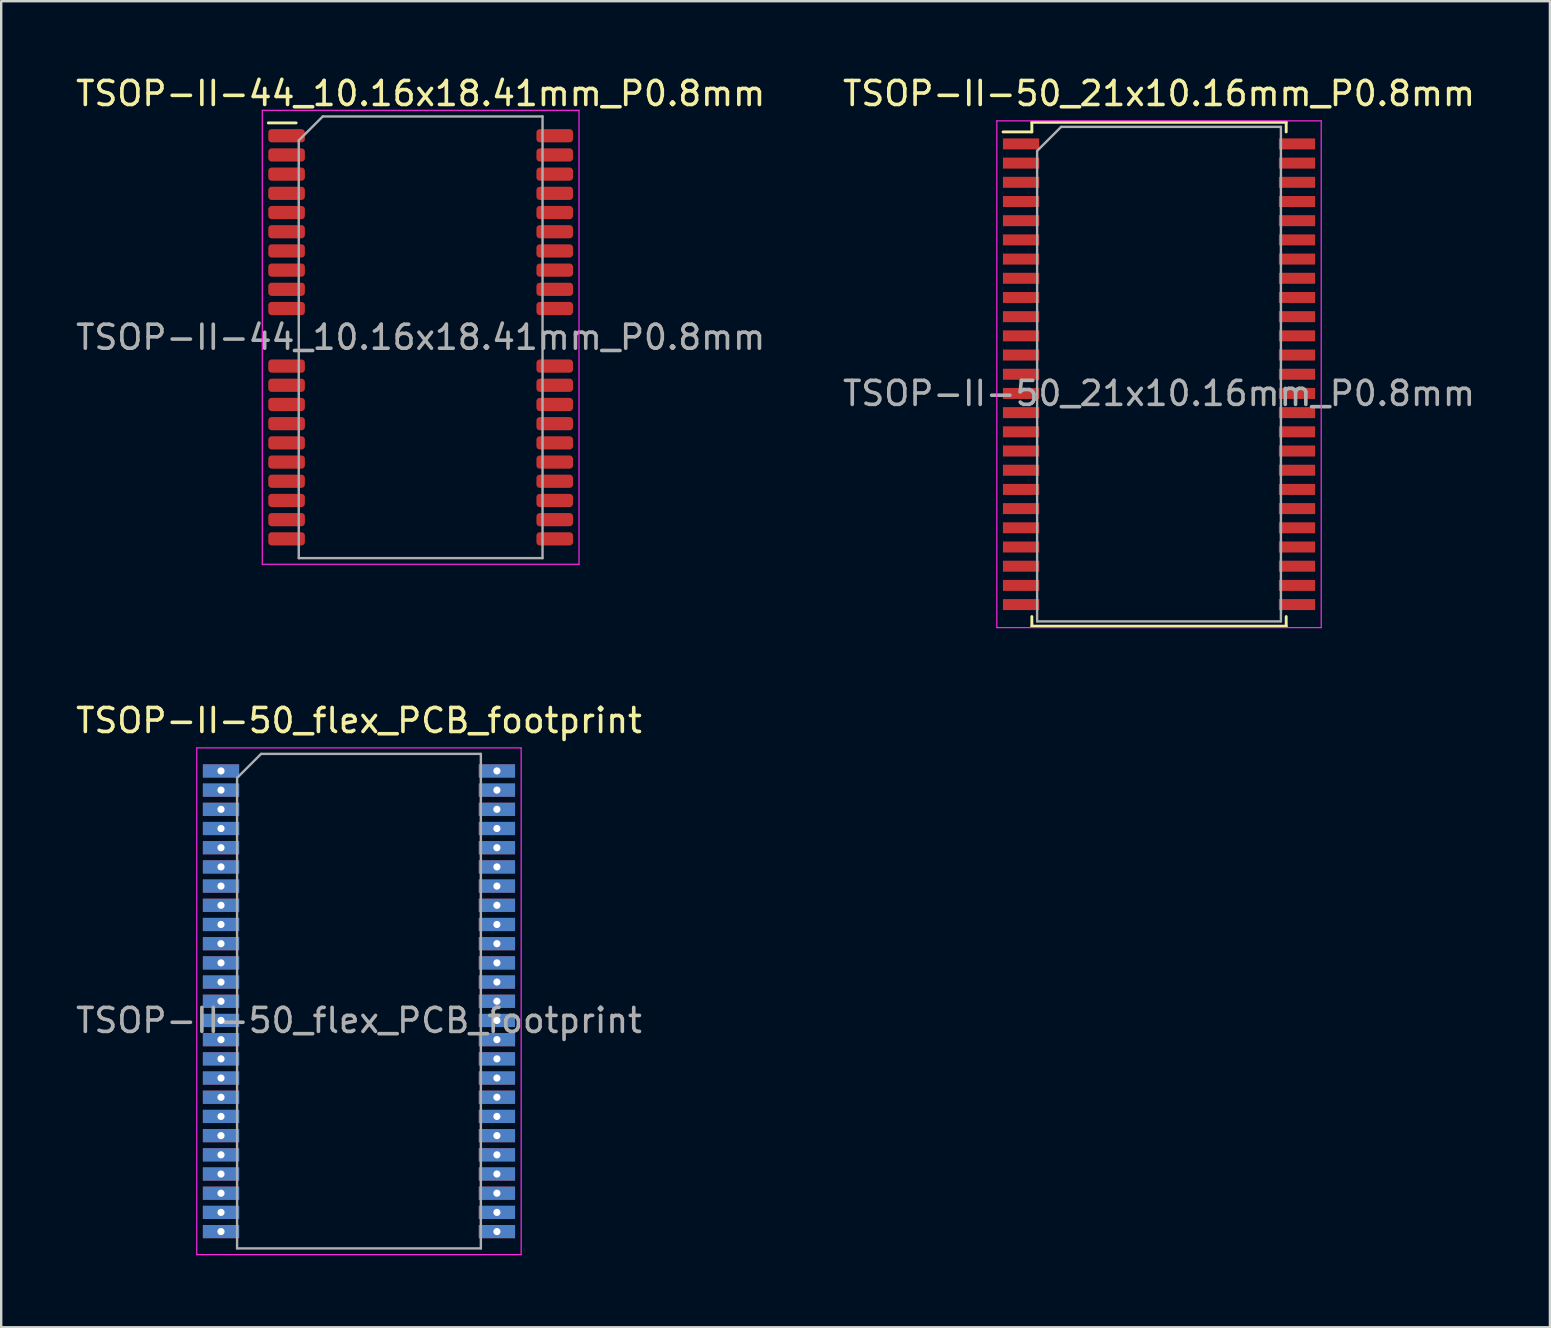
<source format=kicad_pcb>
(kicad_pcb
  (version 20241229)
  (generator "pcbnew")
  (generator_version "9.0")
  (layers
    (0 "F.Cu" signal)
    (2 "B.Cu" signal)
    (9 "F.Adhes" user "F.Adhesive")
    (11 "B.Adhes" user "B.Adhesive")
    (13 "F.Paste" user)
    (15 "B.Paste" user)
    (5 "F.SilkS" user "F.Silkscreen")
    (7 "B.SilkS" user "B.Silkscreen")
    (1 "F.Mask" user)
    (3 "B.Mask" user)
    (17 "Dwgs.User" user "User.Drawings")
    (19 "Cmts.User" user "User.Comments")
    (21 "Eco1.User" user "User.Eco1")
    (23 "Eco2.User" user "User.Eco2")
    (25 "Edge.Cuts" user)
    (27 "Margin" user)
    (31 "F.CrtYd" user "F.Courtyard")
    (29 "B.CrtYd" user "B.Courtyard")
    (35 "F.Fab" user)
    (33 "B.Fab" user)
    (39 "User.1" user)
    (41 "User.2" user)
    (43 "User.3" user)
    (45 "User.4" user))
  (footprint "TSOP-II-44_10.16x18.41mm_P0.8mm"
    (layer "F.Cu")
    (at 14.482 11.008)
    (property "Reference" "TSOP-II-44_10.16x18.41mm_P0.8mm" (at 0 -10.16 0) (layer "F.SilkS") (effects (font (size 1 1) (thickness 0.15))))
    (attr smd)
    (fp_line (start -5.19 -8.935) (end -6.35 -8.935) (stroke (width 0.12) (type solid)) (layer "F.SilkS"))
    (fp_line (start -6.6 -9.46) (end -6.6 9.46) (stroke (width 0.05) (type solid)) (layer "F.CrtYd"))
    (fp_line (start -6.6 9.46) (end 6.6 9.46) (stroke (width 0.05) (type solid)) (layer "F.CrtYd"))
    (fp_line (start 6.6 -9.46) (end -6.6 -9.46) (stroke (width 0.05) (type solid)) (layer "F.CrtYd"))
    (fp_line (start 6.6 9.46) (end 6.6 -9.46) (stroke (width 0.05) (type solid)) (layer "F.CrtYd"))
    (fp_line (start -5.08 -8.205) (end -4.08 -9.205) (stroke (width 0.1) (type solid)) (layer "F.Fab"))
    (fp_line (start -5.08 9.205) (end -5.08 -8.205) (stroke (width 0.1) (type solid)) (layer "F.Fab"))
    (fp_line (start -4.08 -9.205) (end 5.08 -9.205) (stroke (width 0.1) (type solid)) (layer "F.Fab"))
    (fp_line (start 5.08 -9.205) (end 5.08 9.205) (stroke (width 0.1) (type solid)) (layer "F.Fab"))
    (fp_line (start 5.08 9.205) (end -5.08 9.205) (stroke (width 0.1) (type solid)) (layer "F.Fab"))
    (fp_text user "${REFERENCE}" (at 0 0 0) (layer "F.Fab") (effects (font (size 1 1) (thickness 0.15))))
    (pad "1" smd roundrect (at -5.588 -8.4) (size 1.525 0.55) (layers "F.Cu" "F.Mask" "F.Paste") (roundrect_rratio 0.25))
    (pad "2" smd roundrect (at -5.588 -7.6) (size 1.525 0.55) (layers "F.Cu" "F.Mask" "F.Paste") (roundrect_rratio 0.25))
    (pad "3" smd roundrect (at -5.588 -6.8) (size 1.525 0.55) (layers "F.Cu" "F.Mask" "F.Paste") (roundrect_rratio 0.25))
    (pad "4" smd roundrect (at -5.588 -6) (size 1.525 0.55) (layers "F.Cu" "F.Mask" "F.Paste") (roundrect_rratio 0.25))
    (pad "5" smd roundrect (at -5.588 -5.2) (size 1.525 0.55) (layers "F.Cu" "F.Mask" "F.Paste") (roundrect_rratio 0.25))
    (pad "6" smd roundrect (at -5.588 -4.4) (size 1.525 0.55) (layers "F.Cu" "F.Mask" "F.Paste") (roundrect_rratio 0.25))
    (pad "7" smd roundrect (at -5.588 -3.6) (size 1.525 0.55) (layers "F.Cu" "F.Mask" "F.Paste") (roundrect_rratio 0.25))
    (pad "8" smd roundrect (at -5.588 -2.8) (size 1.525 0.55) (layers "F.Cu" "F.Mask" "F.Paste") (roundrect_rratio 0.25))
    (pad "9" smd roundrect (at -5.588 -2) (size 1.525 0.55) (layers "F.Cu" "F.Mask" "F.Paste") (roundrect_rratio 0.25))
    (pad "10" smd roundrect (at -5.588 -1.2) (size 1.525 0.55) (layers "F.Cu" "F.Mask" "F.Paste") (roundrect_rratio 0.25))
    (pad "13" smd roundrect (at -5.588 1.2) (size 1.525 0.55) (layers "F.Cu" "F.Mask" "F.Paste") (roundrect_rratio 0.25))
    (pad "14" smd roundrect (at -5.588 2) (size 1.525 0.55) (layers "F.Cu" "F.Mask" "F.Paste") (roundrect_rratio 0.25))
    (pad "15" smd roundrect (at -5.588 2.8) (size 1.525 0.55) (layers "F.Cu" "F.Mask" "F.Paste") (roundrect_rratio 0.25))
    (pad "16" smd roundrect (at -5.588 3.6) (size 1.525 0.55) (layers "F.Cu" "F.Mask" "F.Paste") (roundrect_rratio 0.25))
    (pad "17" smd roundrect (at -5.588 4.4) (size 1.525 0.55) (layers "F.Cu" "F.Mask" "F.Paste") (roundrect_rratio 0.25))
    (pad "18" smd roundrect (at -5.588 5.2) (size 1.525 0.55) (layers "F.Cu" "F.Mask" "F.Paste") (roundrect_rratio 0.25))
    (pad "19" smd roundrect (at -5.588 6) (size 1.525 0.55) (layers "F.Cu" "F.Mask" "F.Paste") (roundrect_rratio 0.25))
    (pad "20" smd roundrect (at -5.588 6.8) (size 1.525 0.55) (layers "F.Cu" "F.Mask" "F.Paste") (roundrect_rratio 0.25))
    (pad "21" smd roundrect (at -5.588 7.6) (size 1.525 0.55) (layers "F.Cu" "F.Mask" "F.Paste") (roundrect_rratio 0.25))
    (pad "22" smd roundrect (at -5.588 8.4) (size 1.525 0.55) (layers "F.Cu" "F.Mask" "F.Paste") (roundrect_rratio 0.25))
    (pad "23" smd roundrect (at 5.588 8.4) (size 1.525 0.55) (layers "F.Cu" "F.Mask" "F.Paste") (roundrect_rratio 0.25))
    (pad "24" smd roundrect (at 5.588 7.6) (size 1.525 0.55) (layers "F.Cu" "F.Mask" "F.Paste") (roundrect_rratio 0.25))
    (pad "25" smd roundrect (at 5.588 6.8) (size 1.525 0.55) (layers "F.Cu" "F.Mask" "F.Paste") (roundrect_rratio 0.25))
    (pad "26" smd roundrect (at 5.588 6) (size 1.525 0.55) (layers "F.Cu" "F.Mask" "F.Paste") (roundrect_rratio 0.25))
    (pad "27" smd roundrect (at 5.588 5.2) (size 1.525 0.55) (layers "F.Cu" "F.Mask" "F.Paste") (roundrect_rratio 0.25))
    (pad "28" smd roundrect (at 5.588 4.4) (size 1.525 0.55) (layers "F.Cu" "F.Mask" "F.Paste") (roundrect_rratio 0.25))
    (pad "29" smd roundrect (at 5.588 3.6) (size 1.525 0.55) (layers "F.Cu" "F.Mask" "F.Paste") (roundrect_rratio 0.25))
    (pad "30" smd roundrect (at 5.588 2.8) (size 1.525 0.55) (layers "F.Cu" "F.Mask" "F.Paste") (roundrect_rratio 0.25))
    (pad "31" smd roundrect (at 5.588 2) (size 1.525 0.55) (layers "F.Cu" "F.Mask" "F.Paste") (roundrect_rratio 0.25))
    (pad "32" smd roundrect (at 5.588 1.2) (size 1.525 0.55) (layers "F.Cu" "F.Mask" "F.Paste") (roundrect_rratio 0.25))
    (pad "35" smd roundrect (at 5.588 -1.2) (size 1.525 0.55) (layers "F.Cu" "F.Mask" "F.Paste") (roundrect_rratio 0.25))
    (pad "36" smd roundrect (at 5.588 -2) (size 1.525 0.55) (layers "F.Cu" "F.Mask" "F.Paste") (roundrect_rratio 0.25))
    (pad "37" smd roundrect (at 5.588 -2.8) (size 1.525 0.55) (layers "F.Cu" "F.Mask" "F.Paste") (roundrect_rratio 0.25))
    (pad "38" smd roundrect (at 5.588 -3.6) (size 1.525 0.55) (layers "F.Cu" "F.Mask" "F.Paste") (roundrect_rratio 0.25))
    (pad "39" smd roundrect (at 5.588 -4.4) (size 1.525 0.55) (layers "F.Cu" "F.Mask" "F.Paste") (roundrect_rratio 0.25))
    (pad "40" smd roundrect (at 5.588 -5.2) (size 1.525 0.55) (layers "F.Cu" "F.Mask" "F.Paste") (roundrect_rratio 0.25))
    (pad "41" smd roundrect (at 5.588 -6) (size 1.525 0.55) (layers "F.Cu" "F.Mask" "F.Paste") (roundrect_rratio 0.25))
    (pad "42" smd roundrect (at 5.588 -6.8) (size 1.525 0.55) (layers "F.Cu" "F.Mask" "F.Paste") (roundrect_rratio 0.25))
    (pad "43" smd roundrect (at 5.588 -7.6) (size 1.525 0.55) (layers "F.Cu" "F.Mask" "F.Paste") (roundrect_rratio 0.25))
    (pad "44" smd roundrect (at 5.588 -8.4) (size 1.525 0.55) (layers "F.Cu" "F.Mask" "F.Paste") (roundrect_rratio 0.25)))
  (footprint "TSOP-II-50_21x10.16mm_P0.8mm"
    (layer "F.Cu")
    (at 45.256 13.348)
    (property "Reference" "TSOP-II-50_21x10.16mm_P0.8mm" (at 0 -12.5 0) (layer "F.SilkS") (effects (font (size 1 1) (thickness 0.15))))
    (attr smd)
    (fp_line (start -6.5 -10.9) (end -5.3 -10.9) (stroke (width 0.12) (type solid)) (layer "F.SilkS"))
    (fp_line (start -5.3 -11.3) (end 5.3 -11.3) (stroke (width 0.12) (type solid)) (layer "F.SilkS"))
    (fp_line (start -5.3 -10.9) (end -5.3 -11.3) (stroke (width 0.12) (type solid)) (layer "F.SilkS"))
    (fp_line (start -5.3 9.3) (end -5.3 9.7) (stroke (width 0.12) (type solid)) (layer "F.SilkS"))
    (fp_line (start -5.3 9.7) (end 5.3 9.7) (stroke (width 0.12) (type solid)) (layer "F.SilkS"))
    (fp_line (start 5.3 -11.3) (end 5.3 -10.9) (stroke (width 0.12) (type solid)) (layer "F.SilkS"))
    (fp_line (start 5.3 9.3) (end 5.3 9.7) (stroke (width 0.12) (type solid)) (layer "F.SilkS"))
    (fp_line (start -6.76 -11.36) (end -6.76 9.76) (stroke (width 0.05) (type solid)) (layer "F.CrtYd"))
    (fp_line (start -6.76 -11.36) (end 6.76 -11.36) (stroke (width 0.05) (type solid)) (layer "F.CrtYd"))
    (fp_line (start 6.76 -11.36) (end 6.76 9.76) (stroke (width 0.05) (type solid)) (layer "F.CrtYd"))
    (fp_line (start 6.76 9.76) (end -6.76 9.76) (stroke (width 0.05) (type solid)) (layer "F.CrtYd"))
    (fp_line (start -5.08 9.5) (end -5.08 -10.11) (stroke (width 0.1) (type solid)) (layer "F.Fab"))
    (fp_line (start -4.08 -11.11) (end -5.08 -10.11) (stroke (width 0.1) (type solid)) (layer "F.Fab"))
    (fp_line (start -4.08 -11.11) (end 5.08 -11.11) (stroke (width 0.1) (type solid)) (layer "F.Fab"))
    (fp_line (start 5.08 -11.11) (end 5.08 9.5) (stroke (width 0.1) (type solid)) (layer "F.Fab"))
    (fp_line (start 5.08 9.5) (end -5.08 9.5) (stroke (width 0.1) (type solid)) (layer "F.Fab"))
    (fp_text user "${REFERENCE}" (at 0 0 0) (layer "F.Fab") (effects (font (size 1 1) (thickness 0.15))))
    (pad "1" smd rect (at -5.75 -10.4) (size 1.51 0.458) (layers "F.Cu" "F.Mask" "F.Paste"))
    (pad "2" smd rect (at -5.75 -9.6) (size 1.51 0.458) (layers "F.Cu" "F.Mask" "F.Paste"))
    (pad "3" smd rect (at -5.75 -8.8) (size 1.51 0.458) (layers "F.Cu" "F.Mask" "F.Paste"))
    (pad "4" smd rect (at -5.75 -8) (size 1.51 0.458) (layers "F.Cu" "F.Mask" "F.Paste"))
    (pad "5" smd rect (at -5.75 -7.2) (size 1.51 0.458) (layers "F.Cu" "F.Mask" "F.Paste"))
    (pad "6" smd rect (at -5.75 -6.4) (size 1.51 0.458) (layers "F.Cu" "F.Mask" "F.Paste"))
    (pad "7" smd rect (at -5.75 -5.6) (size 1.51 0.458) (layers "F.Cu" "F.Mask" "F.Paste"))
    (pad "8" smd rect (at -5.75 -4.8) (size 1.51 0.458) (layers "F.Cu" "F.Mask" "F.Paste"))
    (pad "9" smd rect (at -5.75 -4) (size 1.51 0.458) (layers "F.Cu" "F.Mask" "F.Paste"))
    (pad "10" smd rect (at -5.75 -3.2) (size 1.51 0.458) (layers "F.Cu" "F.Mask" "F.Paste"))
    (pad "11" smd rect (at -5.75 -2.4) (size 1.51 0.458) (layers "F.Cu" "F.Mask" "F.Paste"))
    (pad "12" smd rect (at -5.75 -1.6) (size 1.51 0.458) (layers "F.Cu" "F.Mask" "F.Paste"))
    (pad "13" smd rect (at -5.75 -0.8) (size 1.51 0.458) (layers "F.Cu" "F.Mask" "F.Paste"))
    (pad "14" smd rect (at -5.75 0) (size 1.51 0.458) (layers "F.Cu" "F.Mask" "F.Paste"))
    (pad "15" smd rect (at -5.75 0.8) (size 1.51 0.458) (layers "F.Cu" "F.Mask" "F.Paste"))
    (pad "16" smd rect (at -5.75 1.6) (size 1.51 0.458) (layers "F.Cu" "F.Mask" "F.Paste"))
    (pad "17" smd rect (at -5.75 2.4) (size 1.51 0.458) (layers "F.Cu" "F.Mask" "F.Paste"))
    (pad "18" smd rect (at -5.75 3.2) (size 1.51 0.458) (layers "F.Cu" "F.Mask" "F.Paste"))
    (pad "19" smd rect (at -5.75 4) (size 1.51 0.458) (layers "F.Cu" "F.Mask" "F.Paste"))
    (pad "20" smd rect (at -5.75 4.8) (size 1.51 0.458) (layers "F.Cu" "F.Mask" "F.Paste"))
    (pad "21" smd rect (at -5.75 5.6) (size 1.51 0.458) (layers "F.Cu" "F.Mask" "F.Paste"))
    (pad "22" smd rect (at -5.75 6.4) (size 1.51 0.458) (layers "F.Cu" "F.Mask" "F.Paste"))
    (pad "23" smd rect (at -5.75 7.2) (size 1.51 0.458) (layers "F.Cu" "F.Mask" "F.Paste"))
    (pad "24" smd rect (at -5.75 8) (size 1.51 0.458) (layers "F.Cu" "F.Mask" "F.Paste"))
    (pad "25" smd rect (at -5.75 8.8) (size 1.51 0.458) (layers "F.Cu" "F.Mask" "F.Paste"))
    (pad "26" smd rect (at 5.75 8.8) (size 1.51 0.458) (layers "F.Cu" "F.Mask" "F.Paste"))
    (pad "27" smd rect (at 5.75 8) (size 1.51 0.458) (layers "F.Cu" "F.Mask" "F.Paste"))
    (pad "28" smd rect (at 5.75 7.2) (size 1.51 0.458) (layers "F.Cu" "F.Mask" "F.Paste"))
    (pad "29" smd rect (at 5.75 6.4) (size 1.51 0.458) (layers "F.Cu" "F.Mask" "F.Paste"))
    (pad "30" smd rect (at 5.75 5.6) (size 1.51 0.458) (layers "F.Cu" "F.Mask" "F.Paste"))
    (pad "31" smd rect (at 5.75 4.8) (size 1.51 0.458) (layers "F.Cu" "F.Mask" "F.Paste"))
    (pad "32" smd rect (at 5.75 4) (size 1.51 0.458) (layers "F.Cu" "F.Mask" "F.Paste"))
    (pad "33" smd rect (at 5.75 3.2) (size 1.51 0.458) (layers "F.Cu" "F.Mask" "F.Paste"))
    (pad "34" smd rect (at 5.75 2.4) (size 1.51 0.458) (layers "F.Cu" "F.Mask" "F.Paste"))
    (pad "35" smd rect (at 5.75 1.6) (size 1.51 0.458) (layers "F.Cu" "F.Mask" "F.Paste"))
    (pad "36" smd rect (at 5.75 0.8) (size 1.51 0.458) (layers "F.Cu" "F.Mask" "F.Paste"))
    (pad "37" smd rect (at 5.75 0) (size 1.51 0.458) (layers "F.Cu" "F.Mask" "F.Paste"))
    (pad "38" smd rect (at 5.75 -0.8) (size 1.51 0.458) (layers "F.Cu" "F.Mask" "F.Paste"))
    (pad "39" smd rect (at 5.75 -1.6) (size 1.51 0.458) (layers "F.Cu" "F.Mask" "F.Paste"))
    (pad "40" smd rect (at 5.75 -2.4) (size 1.51 0.458) (layers "F.Cu" "F.Mask" "F.Paste"))
    (pad "41" smd rect (at 5.75 -3.2) (size 1.51 0.458) (layers "F.Cu" "F.Mask" "F.Paste"))
    (pad "42" smd rect (at 5.75 -4) (size 1.51 0.458) (layers "F.Cu" "F.Mask" "F.Paste"))
    (pad "43" smd rect (at 5.75 -4.8) (size 1.51 0.458) (layers "F.Cu" "F.Mask" "F.Paste"))
    (pad "44" smd rect (at 5.75 -5.6) (size 1.51 0.458) (layers "F.Cu" "F.Mask" "F.Paste"))
    (pad "45" smd rect (at 5.75 -6.4) (size 1.51 0.458) (layers "F.Cu" "F.Mask" "F.Paste"))
    (pad "46" smd rect (at 5.75 -7.2) (size 1.51 0.458) (layers "F.Cu" "F.Mask" "F.Paste"))
    (pad "47" smd rect (at 5.75 -8) (size 1.51 0.458) (layers "F.Cu" "F.Mask" "F.Paste"))
    (pad "48" smd rect (at 5.75 -8.8) (size 1.51 0.458) (layers "F.Cu" "F.Mask" "F.Paste"))
    (pad "49" smd rect (at 5.75 -9.6) (size 1.51 0.458) (layers "F.Cu" "F.Mask" "F.Paste"))
    (pad "50" smd rect (at 5.75 -10.4) (size 1.51 0.458) (layers "F.Cu" "F.Mask" "F.Paste")))
  (footprint "TSOP-II-50_flex_PCB_footprint"
    (layer "F.Cu")
    (at 11.911 39.481)
    (property "Reference" "TSOP-II-50_flex_PCB_footprint" (at 0 -12.5 0) (layer "F.SilkS") (effects (font (size 1 1) (thickness 0.15))))
    (attr through_hole)
    (fp_line (start -6.76 -11.36) (end -6.76 9.76) (stroke (width 0.05) (type solid)) (layer "F.CrtYd"))
    (fp_line (start -6.76 -11.36) (end 6.76 -11.36) (stroke (width 0.05) (type solid)) (layer "F.CrtYd"))
    (fp_line (start 6.76 -11.36) (end 6.76 9.76) (stroke (width 0.05) (type solid)) (layer "F.CrtYd"))
    (fp_line (start 6.76 9.76) (end -6.76 9.76) (stroke (width 0.05) (type solid)) (layer "F.CrtYd"))
    (fp_line (start -5.08 9.5) (end -5.08 -10.11) (stroke (width 0.1) (type solid)) (layer "F.Fab"))
    (fp_line (start -4.08 -11.11) (end -5.08 -10.11) (stroke (width 0.1) (type solid)) (layer "F.Fab"))
    (fp_line (start -4.08 -11.11) (end 5.08 -11.11) (stroke (width 0.1) (type solid)) (layer "F.Fab"))
    (fp_line (start 5.08 -11.11) (end 5.08 9.5) (stroke (width 0.1) (type solid)) (layer "F.Fab"))
    (fp_line (start 5.08 9.5) (end -5.08 9.5) (stroke (width 0.1) (type solid)) (layer "F.Fab"))
    (fp_text user "${REFERENCE}" (at 0 0 0) (layer "F.Fab") (effects (font (size 1 1) (thickness 0.15))))
    (pad "1" thru_hole rect (at -5.75 -10.4) (size 1.51 0.55) (drill 0.3) (layers "*.Cu" "*.Mask"))
    (pad "2" thru_hole rect (at -5.75 -9.6) (size 1.51 0.55) (drill 0.3) (layers "*.Cu" "*.Mask"))
    (pad "3" thru_hole rect (at -5.75 -8.8) (size 1.51 0.55) (drill 0.3) (layers "*.Cu" "*.Mask"))
    (pad "4" thru_hole rect (at -5.75 -8) (size 1.51 0.55) (drill 0.3) (layers "*.Cu" "*.Mask"))
    (pad "5" thru_hole rect (at -5.75 -7.2) (size 1.51 0.55) (drill 0.3) (layers "*.Cu" "*.Mask"))
    (pad "6" thru_hole rect (at -5.75 -6.4) (size 1.51 0.55) (drill 0.3) (layers "*.Cu" "*.Mask"))
    (pad "7" thru_hole rect (at -5.75 -5.6) (size 1.51 0.55) (drill 0.3) (layers "*.Cu" "*.Mask"))
    (pad "8" thru_hole rect (at -5.75 -4.8) (size 1.51 0.55) (drill 0.3) (layers "*.Cu" "*.Mask"))
    (pad "9" thru_hole rect (at -5.75 -4) (size 1.51 0.55) (drill 0.3) (layers "*.Cu" "*.Mask"))
    (pad "10" thru_hole rect (at -5.75 -3.2) (size 1.51 0.55) (drill 0.3) (layers "*.Cu" "*.Mask"))
    (pad "11" thru_hole rect (at -5.75 -2.4) (size 1.51 0.55) (drill 0.3) (layers "*.Cu" "*.Mask"))
    (pad "12" thru_hole rect (at -5.75 -1.6) (size 1.51 0.55) (drill 0.3) (layers "*.Cu" "*.Mask"))
    (pad "13" thru_hole rect (at -5.75 -0.8) (size 1.51 0.55) (drill 0.3) (layers "*.Cu" "*.Mask"))
    (pad "14" thru_hole rect (at -5.75 0) (size 1.51 0.55) (drill 0.3) (layers "*.Cu" "*.Mask"))
    (pad "15" thru_hole rect (at -5.75 0.8) (size 1.51 0.55) (drill 0.3) (layers "*.Cu" "*.Mask"))
    (pad "16" thru_hole rect (at -5.75 1.6) (size 1.51 0.55) (drill 0.3) (layers "*.Cu" "*.Mask"))
    (pad "17" thru_hole rect (at -5.75 2.4) (size 1.51 0.55) (drill 0.3) (layers "*.Cu" "*.Mask"))
    (pad "18" thru_hole rect (at -5.75 3.2) (size 1.51 0.55) (drill 0.3) (layers "*.Cu" "*.Mask"))
    (pad "19" thru_hole rect (at -5.75 4) (size 1.51 0.55) (drill 0.3) (layers "*.Cu" "*.Mask"))
    (pad "20" thru_hole rect (at -5.75 4.8) (size 1.51 0.55) (drill 0.3) (layers "*.Cu" "*.Mask"))
    (pad "21" thru_hole rect (at -5.75 5.6) (size 1.51 0.55) (drill 0.3) (layers "*.Cu" "*.Mask"))
    (pad "22" thru_hole rect (at -5.75 6.4) (size 1.51 0.55) (drill 0.3) (layers "*.Cu" "*.Mask"))
    (pad "23" thru_hole rect (at -5.75 7.2) (size 1.51 0.55) (drill 0.3) (layers "*.Cu" "*.Mask"))
    (pad "24" thru_hole rect (at -5.75 8) (size 1.51 0.55) (drill 0.3) (layers "*.Cu" "*.Mask"))
    (pad "25" thru_hole rect (at -5.75 8.8) (size 1.51 0.55) (drill 0.3) (layers "*.Cu" "*.Mask"))
    (pad "26" thru_hole rect (at 5.75 8.8) (size 1.51 0.55) (drill 0.3) (layers "*.Cu" "*.Mask"))
    (pad "27" thru_hole rect (at 5.75 8) (size 1.51 0.55) (drill 0.3) (layers "*.Cu" "*.Mask"))
    (pad "28" thru_hole rect (at 5.75 7.2) (size 1.51 0.55) (drill 0.3) (layers "*.Cu" "*.Mask"))
    (pad "29" thru_hole rect (at 5.75 6.4) (size 1.51 0.55) (drill 0.3) (layers "*.Cu" "*.Mask"))
    (pad "30" thru_hole rect (at 5.75 5.6) (size 1.51 0.55) (drill 0.3) (layers "*.Cu" "*.Mask"))
    (pad "31" thru_hole rect (at 5.75 4.8) (size 1.51 0.55) (drill 0.3) (layers "*.Cu" "*.Mask"))
    (pad "32" thru_hole rect (at 5.75 4) (size 1.51 0.55) (drill 0.3) (layers "*.Cu" "*.Mask"))
    (pad "33" thru_hole rect (at 5.75 3.2) (size 1.51 0.55) (drill 0.3) (layers "*.Cu" "*.Mask"))
    (pad "34" thru_hole rect (at 5.75 2.4) (size 1.51 0.55) (drill 0.3) (layers "*.Cu" "*.Mask"))
    (pad "35" thru_hole rect (at 5.75 1.6) (size 1.51 0.55) (drill 0.3) (layers "*.Cu" "*.Mask"))
    (pad "36" thru_hole rect (at 5.75 0.8) (size 1.51 0.55) (drill 0.3) (layers "*.Cu" "*.Mask"))
    (pad "37" thru_hole rect (at 5.75 0) (size 1.51 0.55) (drill 0.3) (layers "*.Cu" "*.Mask"))
    (pad "38" thru_hole rect (at 5.75 -0.8) (size 1.51 0.55) (drill 0.3) (layers "*.Cu" "*.Mask"))
    (pad "39" thru_hole rect (at 5.75 -1.6) (size 1.51 0.55) (drill 0.3) (layers "*.Cu" "*.Mask"))
    (pad "40" thru_hole rect (at 5.75 -2.4) (size 1.51 0.55) (drill 0.3) (layers "*.Cu" "*.Mask"))
    (pad "41" thru_hole rect (at 5.75 -3.2) (size 1.51 0.55) (drill 0.3) (layers "*.Cu" "*.Mask"))
    (pad "42" thru_hole rect (at 5.75 -4) (size 1.51 0.55) (drill 0.3) (layers "*.Cu" "*.Mask"))
    (pad "43" thru_hole rect (at 5.75 -4.8) (size 1.51 0.55) (drill 0.3) (layers "*.Cu" "*.Mask"))
    (pad "44" thru_hole rect (at 5.75 -5.6) (size 1.51 0.55) (drill 0.3) (layers "*.Cu" "*.Mask"))
    (pad "45" thru_hole rect (at 5.75 -6.4) (size 1.51 0.55) (drill 0.3) (layers "*.Cu" "*.Mask"))
    (pad "46" thru_hole rect (at 5.75 -7.2) (size 1.51 0.55) (drill 0.3) (layers "*.Cu" "*.Mask"))
    (pad "47" thru_hole rect (at 5.75 -8) (size 1.51 0.55) (drill 0.3) (layers "*.Cu" "*.Mask"))
    (pad "48" thru_hole rect (at 5.75 -8.8) (size 1.51 0.55) (drill 0.3) (layers "*.Cu" "*.Mask"))
    (pad "49" thru_hole rect (at 5.75 -9.6) (size 1.51 0.55) (drill 0.3) (layers "*.Cu" "*.Mask"))
    (pad "50" thru_hole rect (at 5.75 -10.4) (size 1.51 0.55) (drill 0.3) (layers "*.Cu" "*.Mask")))
  (gr_rect
    (start -3 -3)
    (end 61.548 52.267)
    (stroke (width 0.1) (type default))
    (fill no)
    (layer "Edge.Cuts")))
</source>
